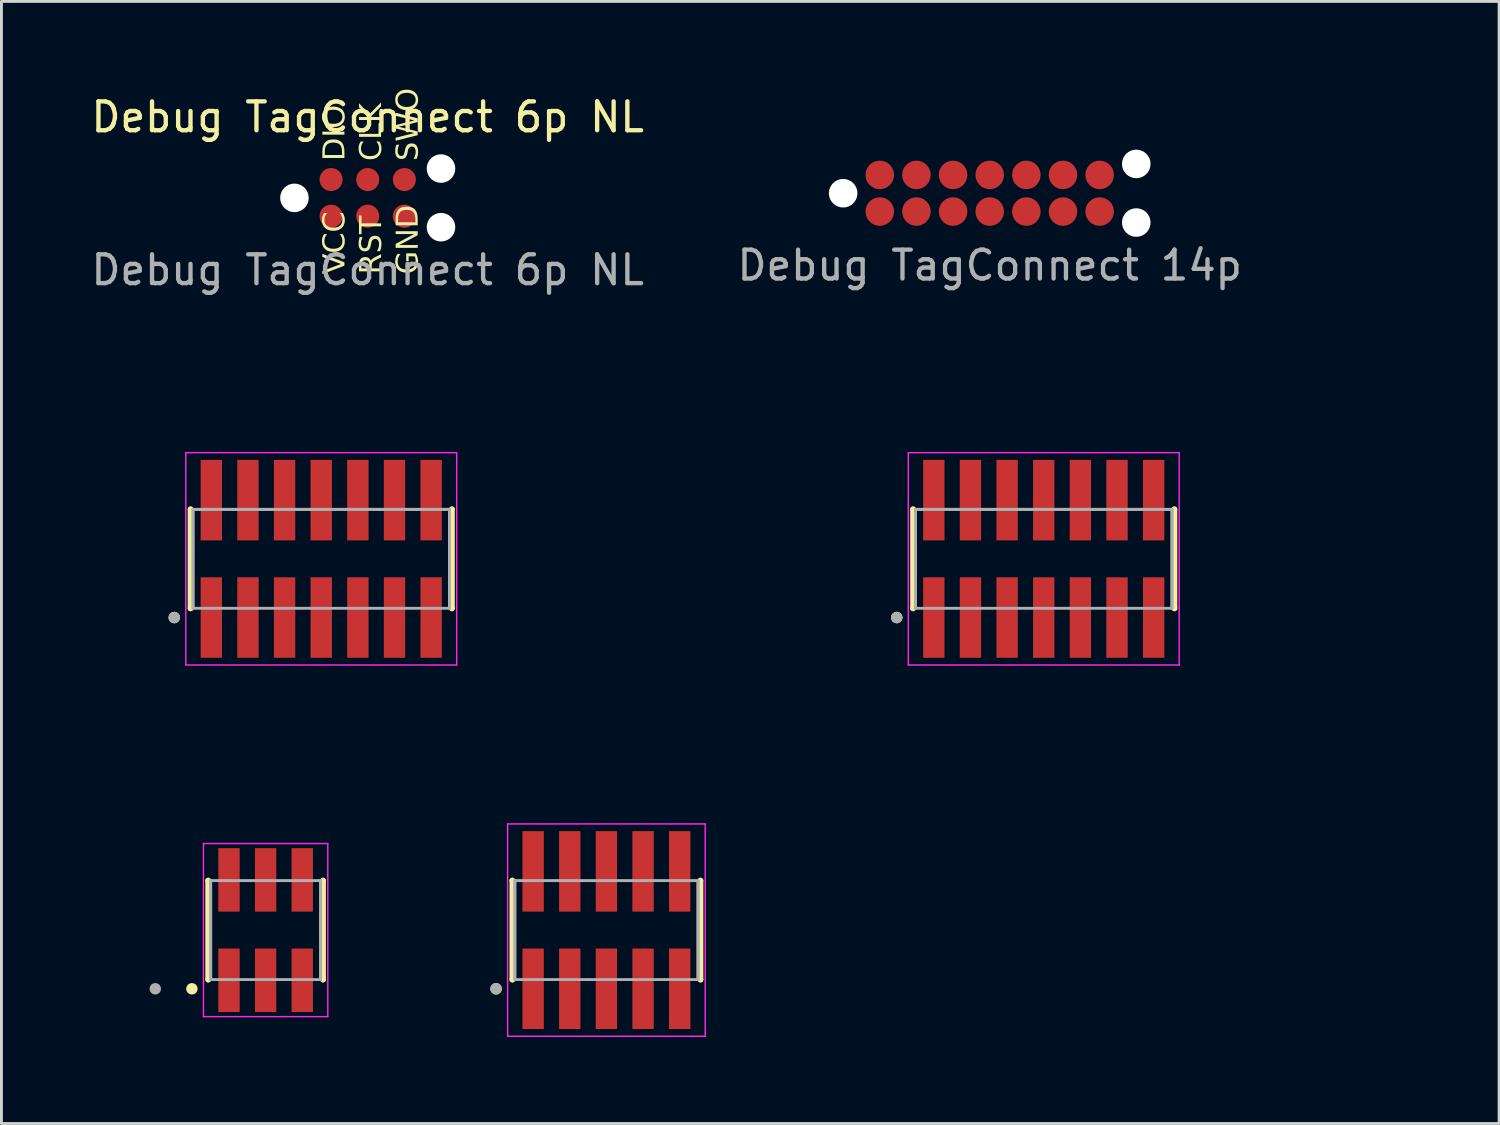
<source format=kicad_pcb>
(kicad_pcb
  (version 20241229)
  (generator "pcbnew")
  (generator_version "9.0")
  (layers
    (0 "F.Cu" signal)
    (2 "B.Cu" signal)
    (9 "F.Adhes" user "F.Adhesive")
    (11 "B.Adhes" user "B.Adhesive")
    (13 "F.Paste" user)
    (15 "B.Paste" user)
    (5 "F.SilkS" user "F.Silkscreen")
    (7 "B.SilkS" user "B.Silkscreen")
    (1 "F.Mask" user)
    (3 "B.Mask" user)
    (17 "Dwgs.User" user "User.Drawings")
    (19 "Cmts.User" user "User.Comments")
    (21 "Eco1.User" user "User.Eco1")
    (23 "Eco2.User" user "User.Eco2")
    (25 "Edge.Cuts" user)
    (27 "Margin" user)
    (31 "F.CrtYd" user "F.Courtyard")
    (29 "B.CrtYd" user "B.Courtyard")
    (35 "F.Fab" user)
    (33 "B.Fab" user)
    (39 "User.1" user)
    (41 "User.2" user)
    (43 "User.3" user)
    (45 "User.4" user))
  (footprint "SAMTEC_FTSH-107-01-L-DV-K-P-TR"
    (layer "F.Cu")
    (at 33.129 16.321)
    (property "Reference" "SAMTEC_FTSH-107-01-L-DV-K-P-TR" (at -2.27 -5.315 0) (layer "User.2") (effects (font (size 1 1) (thickness 0.15))))
    (attr smd)
    (fp_line (start -4.53 -1.715) (end -4.53 -1.715) (stroke (width 0.2) (type solid)) (layer "F.SilkS"))
    (fp_line (start -4.53 1.715) (end -4.53 -1.715) (stroke (width 0.2) (type solid)) (layer "F.SilkS"))
    (fp_line (start -4.53 1.715) (end -4.53 1.715) (stroke (width 0.2) (type solid)) (layer "F.SilkS"))
    (fp_line (start 4.53 -1.715) (end 4.53 -1.715) (stroke (width 0.2) (type solid)) (layer "F.SilkS"))
    (fp_line (start 4.53 -1.715) (end 4.53 1.715) (stroke (width 0.2) (type solid)) (layer "F.SilkS"))
    (fp_line (start 4.53 1.715) (end 4.53 1.715) (stroke (width 0.2) (type solid)) (layer "F.SilkS"))
    (fp_circle (center -5.095 2.035) (end -4.995 2.035) (stroke (width 0.2) (type solid)) (fill no) (layer "F.SilkS"))
    (fp_line (start -4.695 -3.68) (end 4.695 -3.68) (stroke (width 0.05) (type solid)) (layer "F.CrtYd"))
    (fp_line (start -4.695 3.68) (end -4.695 -3.68) (stroke (width 0.05) (type solid)) (layer "F.CrtYd"))
    (fp_line (start 4.695 -3.68) (end 4.695 3.68) (stroke (width 0.05) (type solid)) (layer "F.CrtYd"))
    (fp_line (start 4.695 3.68) (end -4.695 3.68) (stroke (width 0.05) (type solid)) (layer "F.CrtYd"))
    (fp_line (start -4.445 -1.715) (end 4.445 -1.715) (stroke (width 0.1) (type solid)) (layer "F.Fab"))
    (fp_line (start -4.445 -1.715) (end 4.445 -1.715) (stroke (width 0.1) (type solid)) (layer "F.Fab"))
    (fp_line (start -4.445 1.715) (end -4.445 -1.715) (stroke (width 0.1) (type solid)) (layer "F.Fab"))
    (fp_line (start -4.445 1.715) (end -4.445 -1.715) (stroke (width 0.1) (type solid)) (layer "F.Fab"))
    (fp_line (start 4.445 -1.715) (end 4.445 1.715) (stroke (width 0.1) (type solid)) (layer "F.Fab"))
    (fp_line (start 4.445 -1.715) (end 4.445 1.715) (stroke (width 0.1) (type solid)) (layer "F.Fab"))
    (fp_line (start 4.445 1.715) (end -4.445 1.715) (stroke (width 0.1) (type solid)) (layer "F.Fab"))
    (fp_circle (center -5.095 2.035) (end -4.995 2.035) (stroke (width 0.2) (type solid)) (fill no) (layer "F.Fab"))
    (pad "01" smd rect (at -3.81 2.035) (size 0.74 2.79) (layers "F.Cu" "F.Mask" "F.Paste"))
    (pad "02" smd rect (at -3.81 -2.035) (size 0.74 2.79) (layers "F.Cu" "F.Mask" "F.Paste"))
    (pad "03" smd rect (at -2.54 2.035) (size 0.74 2.79) (layers "F.Cu" "F.Mask" "F.Paste"))
    (pad "04" smd rect (at -2.54 -2.035) (size 0.74 2.79) (layers "F.Cu" "F.Mask" "F.Paste"))
    (pad "05" smd rect (at -1.27 2.035) (size 0.74 2.79) (layers "F.Cu" "F.Mask" "F.Paste"))
    (pad "06" smd rect (at -1.27 -2.035) (size 0.74 2.79) (layers "F.Cu" "F.Mask" "F.Paste"))
    (pad "07" smd rect (at 0 2.035) (size 0.74 2.79) (layers "F.Cu" "F.Mask" "F.Paste"))
    (pad "08" smd rect (at 0 -2.035) (size 0.74 2.79) (layers "F.Cu" "F.Mask" "F.Paste"))
    (pad "09" smd rect (at 1.27 2.035) (size 0.74 2.79) (layers "F.Cu" "F.Mask" "F.Paste"))
    (pad "10" smd rect (at 1.27 -2.035) (size 0.74 2.79) (layers "F.Cu" "F.Mask" "F.Paste"))
    (pad "11" smd rect (at 2.54 2.035) (size 0.74 2.79) (layers "F.Cu" "F.Mask" "F.Paste"))
    (pad "12" smd rect (at 2.54 -2.035) (size 0.74 2.79) (layers "F.Cu" "F.Mask" "F.Paste"))
    (pad "13" smd rect (at 3.81 2.035) (size 0.74 2.79) (layers "F.Cu" "F.Mask" "F.Paste"))
    (pad "14" smd rect (at 3.81 -2.035) (size 0.74 2.79) (layers "F.Cu" "F.Mask" "F.Paste")))
  (footprint "STD10 SMD"
    (layer "F.Cu")
    (at 17.97 29.189)
    (property "Reference" "STD10 SMD" (at -2.27 -5.315 0) (layer "User.2") (effects (font (size 1 1) (thickness 0.15))))
    (attr smd)
    (fp_line (start -3.26 -1.715) (end -3.26 -1.715) (stroke (width 0.2) (type solid)) (layer "F.SilkS"))
    (fp_line (start -3.26 1.715) (end -3.26 -1.715) (stroke (width 0.2) (type solid)) (layer "F.SilkS"))
    (fp_line (start -3.26 1.715) (end -3.26 1.715) (stroke (width 0.2) (type solid)) (layer "F.SilkS"))
    (fp_line (start 3.26 -1.715) (end 3.26 -1.715) (stroke (width 0.2) (type solid)) (layer "F.SilkS"))
    (fp_line (start 3.26 -1.715) (end 3.26 1.715) (stroke (width 0.2) (type solid)) (layer "F.SilkS"))
    (fp_line (start 3.26 1.715) (end 3.26 1.715) (stroke (width 0.2) (type solid)) (layer "F.SilkS"))
    (fp_circle (center -3.825 2.035) (end -3.725 2.035) (stroke (width 0.2) (type solid)) (fill no) (layer "F.SilkS"))
    (fp_line (start -3.425 -3.68) (end 3.425 -3.68) (stroke (width 0.05) (type solid)) (layer "F.CrtYd"))
    (fp_line (start -3.425 3.68) (end -3.425 -3.68) (stroke (width 0.05) (type solid)) (layer "F.CrtYd"))
    (fp_line (start 3.425 -3.68) (end 3.425 3.68) (stroke (width 0.05) (type solid)) (layer "F.CrtYd"))
    (fp_line (start 3.425 3.68) (end -3.425 3.68) (stroke (width 0.05) (type solid)) (layer "F.CrtYd"))
    (fp_line (start -3.175 -1.715) (end 3.175 -1.715) (stroke (width 0.1) (type solid)) (layer "F.Fab"))
    (fp_line (start -3.175 1.715) (end -3.175 -1.715) (stroke (width 0.1) (type solid)) (layer "F.Fab"))
    (fp_line (start -3.175 1.715) (end -3.175 -1.715) (stroke (width 0.1) (type solid)) (layer "F.Fab"))
    (fp_line (start 3.175 -1.715) (end 3.175 1.715) (stroke (width 0.1) (type solid)) (layer "F.Fab"))
    (fp_line (start 3.175 -1.715) (end 3.175 1.715) (stroke (width 0.1) (type solid)) (layer "F.Fab"))
    (fp_line (start 3.175 1.715) (end -3.175 1.715) (stroke (width 0.1) (type solid)) (layer "F.Fab"))
    (fp_circle (center -3.825 2.035) (end -3.725 2.035) (stroke (width 0.2) (type solid)) (fill no) (layer "F.Fab"))
    (pad "03" smd rect (at -2.54 2.035) (size 0.74 2.79) (layers "F.Cu" "F.Mask" "F.Paste"))
    (pad "04" smd rect (at -2.54 -2.035) (size 0.74 2.79) (layers "F.Cu" "F.Mask" "F.Paste"))
    (pad "05" smd rect (at -1.27 2.035) (size 0.74 2.79) (layers "F.Cu" "F.Mask" "F.Paste"))
    (pad "06" smd rect (at -1.27 -2.035) (size 0.74 2.79) (layers "F.Cu" "F.Mask" "F.Paste"))
    (pad "07" smd rect (at 0 2.035) (size 0.74 2.79) (layers "F.Cu" "F.Mask" "F.Paste"))
    (pad "08" smd rect (at 0 -2.035) (size 0.74 2.79) (layers "F.Cu" "F.Mask" "F.Paste"))
    (pad "09" smd rect (at 1.27 2.035) (size 0.74 2.79) (layers "F.Cu" "F.Mask" "F.Paste"))
    (pad "10" smd rect (at 1.27 -2.035) (size 0.74 2.79) (layers "F.Cu" "F.Mask" "F.Paste"))
    (pad "11" smd rect (at 2.54 2.035) (size 0.74 2.79) (layers "F.Cu" "F.Mask" "F.Paste"))
    (pad "12" smd rect (at 2.54 -2.035) (size 0.74 2.79) (layers "F.Cu" "F.Mask" "F.Paste")))
  (footprint "STD6 SMD"
    (layer "F.Cu")
    (at 6.157 29.189)
    (property "Reference" "STD6 SMD" (at -2.27 -5.315 0) (layer "User.2") (effects (font (size 1 1) (thickness 0.15))))
    (attr smd)
    (fp_line (start -1.99 -1.715) (end -1.99 -1.715) (stroke (width 0.2) (type solid)) (layer "F.SilkS"))
    (fp_line (start -1.99 1.715) (end -1.99 -1.715) (stroke (width 0.2) (type solid)) (layer "F.SilkS"))
    (fp_line (start -1.99 1.715) (end -1.99 1.715) (stroke (width 0.2) (type solid)) (layer "F.SilkS"))
    (fp_line (start 1.99 -1.715) (end 1.99 -1.715) (stroke (width 0.2) (type solid)) (layer "F.SilkS"))
    (fp_line (start 1.99 -1.715) (end 1.99 1.715) (stroke (width 0.2) (type solid)) (layer "F.SilkS"))
    (fp_line (start 1.99 1.715) (end 1.99 1.715) (stroke (width 0.2) (type solid)) (layer "F.SilkS"))
    (fp_circle (center -2.555 2.035) (end -2.455 2.035) (stroke (width 0.2) (type solid)) (fill no) (layer "F.SilkS"))
    (fp_line (start -2.155 -3) (end 2.155 -3) (stroke (width 0.05) (type solid)) (layer "F.CrtYd"))
    (fp_line (start -2.155 3) (end -2.155 -3) (stroke (width 0.05) (type solid)) (layer "F.CrtYd"))
    (fp_line (start 2.155 -3) (end 2.155 3) (stroke (width 0.05) (type solid)) (layer "F.CrtYd"))
    (fp_line (start 2.155 3) (end -2.155 3) (stroke (width 0.05) (type solid)) (layer "F.CrtYd"))
    (fp_line (start -1.905 -1.715) (end 1.905 -1.715) (stroke (width 0.1) (type solid)) (layer "F.Fab"))
    (fp_line (start -1.905 1.715) (end -1.905 -1.715) (stroke (width 0.1) (type solid)) (layer "F.Fab"))
    (fp_line (start -1.905 1.715) (end -1.905 -1.715) (stroke (width 0.1) (type solid)) (layer "F.Fab"))
    (fp_line (start 1.905 -1.715) (end 1.905 1.715) (stroke (width 0.1) (type solid)) (layer "F.Fab"))
    (fp_line (start 1.905 -1.715) (end 1.905 1.715) (stroke (width 0.1) (type solid)) (layer "F.Fab"))
    (fp_line (start 1.905 1.715) (end -1.905 1.715) (stroke (width 0.1) (type solid)) (layer "F.Fab"))
    (fp_circle (center -3.825 2.035) (end -3.725 2.035) (stroke (width 0.2) (type solid)) (fill no) (layer "F.Fab"))
    (pad "1" smd rect (at -1.27 1.74) (size 0.74 2.2) (layers "F.Cu" "F.Mask" "F.Paste"))
    (pad "2" smd rect (at -1.27 -1.74) (size 0.74 2.2) (layers "F.Cu" "F.Mask" "F.Paste"))
    (pad "3" smd rect (at 0 1.74) (size 0.74 2.2) (layers "F.Cu" "F.Mask" "F.Paste"))
    (pad "4" smd rect (at 0 -1.74) (size 0.74 2.2) (layers "F.Cu" "F.Mask" "F.Paste"))
    (pad "5" smd rect (at 1.27 1.74) (size 0.74 2.2) (layers "F.Cu" "F.Mask" "F.Paste"))
    (pad "6" smd rect (at 1.27 -1.74) (size 0.74 2.2) (layers "F.Cu" "F.Mask" "F.Paste")))
  (footprint "Debug_IDC_14p"
    (layer "F.Cu")
    (at 8.085 16.321)
    (property "Reference" "Debug_IDC_14p" (at -2.27 -5.315 0) (layer "User.2") (effects (font (size 1 1) (thickness 0.15))))
    (attr smd)
    (fp_line (start -4.53 -1.715) (end -4.53 -1.715) (stroke (width 0.2) (type solid)) (layer "F.SilkS"))
    (fp_line (start -4.53 1.715) (end -4.53 -1.715) (stroke (width 0.2) (type solid)) (layer "F.SilkS"))
    (fp_line (start -4.53 1.715) (end -4.53 1.715) (stroke (width 0.2) (type solid)) (layer "F.SilkS"))
    (fp_line (start 4.53 -1.715) (end 4.53 -1.715) (stroke (width 0.2) (type solid)) (layer "F.SilkS"))
    (fp_line (start 4.53 -1.715) (end 4.53 1.715) (stroke (width 0.2) (type solid)) (layer "F.SilkS"))
    (fp_line (start 4.53 1.715) (end 4.53 1.715) (stroke (width 0.2) (type solid)) (layer "F.SilkS"))
    (fp_circle (center -5.095 2.035) (end -4.995 2.035) (stroke (width 0.2) (type solid)) (fill no) (layer "F.SilkS"))
    (fp_line (start -4.695 -3.68) (end 4.695 -3.68) (stroke (width 0.05) (type solid)) (layer "F.CrtYd"))
    (fp_line (start -4.695 3.68) (end -4.695 -3.68) (stroke (width 0.05) (type solid)) (layer "F.CrtYd"))
    (fp_line (start 4.695 -3.68) (end 4.695 3.68) (stroke (width 0.05) (type solid)) (layer "F.CrtYd"))
    (fp_line (start 4.695 3.68) (end -4.695 3.68) (stroke (width 0.05) (type solid)) (layer "F.CrtYd"))
    (fp_line (start -4.445 -1.715) (end 4.445 -1.715) (stroke (width 0.1) (type solid)) (layer "F.Fab"))
    (fp_line (start -4.445 -1.715) (end 4.445 -1.715) (stroke (width 0.1) (type solid)) (layer "F.Fab"))
    (fp_line (start -4.445 1.715) (end -4.445 -1.715) (stroke (width 0.1) (type solid)) (layer "F.Fab"))
    (fp_line (start -4.445 1.715) (end -4.445 -1.715) (stroke (width 0.1) (type solid)) (layer "F.Fab"))
    (fp_line (start 4.445 -1.715) (end 4.445 1.715) (stroke (width 0.1) (type solid)) (layer "F.Fab"))
    (fp_line (start 4.445 -1.715) (end 4.445 1.715) (stroke (width 0.1) (type solid)) (layer "F.Fab"))
    (fp_line (start 4.445 1.715) (end -4.445 1.715) (stroke (width 0.1) (type solid)) (layer "F.Fab"))
    (fp_circle (center -5.095 2.035) (end -4.995 2.035) (stroke (width 0.2) (type solid)) (fill no) (layer "F.Fab"))
    (pad "1" smd rect (at -3.81 2.035) (size 0.74 2.79) (layers "F.Cu" "F.Mask" "F.Paste"))
    (pad "2" smd rect (at -3.81 -2.035) (size 0.74 2.79) (layers "F.Cu" "F.Mask" "F.Paste"))
    (pad "3" smd rect (at -2.54 2.035) (size 0.74 2.79) (layers "F.Cu" "F.Mask" "F.Paste"))
    (pad "4" smd rect (at -2.54 -2.035) (size 0.74 2.79) (layers "F.Cu" "F.Mask" "F.Paste"))
    (pad "5" smd rect (at -1.27 2.035) (size 0.74 2.79) (layers "F.Cu" "F.Mask" "F.Paste"))
    (pad "6" smd rect (at -1.27 -2.035) (size 0.74 2.79) (layers "F.Cu" "F.Mask" "F.Paste"))
    (pad "7" smd rect (at 0 2.035) (size 0.74 2.79) (layers "F.Cu" "F.Mask" "F.Paste"))
    (pad "8" smd rect (at 0 -2.035) (size 0.74 2.79) (layers "F.Cu" "F.Mask" "F.Paste"))
    (pad "9" smd rect (at 1.27 2.035) (size 0.74 2.79) (layers "F.Cu" "F.Mask" "F.Paste"))
    (pad "10" smd rect (at 1.27 -2.035) (size 0.74 2.79) (layers "F.Cu" "F.Mask" "F.Paste"))
    (pad "11" smd rect (at 2.54 2.035) (size 0.74 2.79) (layers "F.Cu" "F.Mask" "F.Paste"))
    (pad "12" smd rect (at 2.54 -2.035) (size 0.74 2.79) (layers "F.Cu" "F.Mask" "F.Paste"))
    (pad "13" smd rect (at 3.81 2.035) (size 0.74 2.79) (layers "F.Cu" "F.Mask" "F.Paste"))
    (pad "14" smd rect (at 3.81 -2.035) (size 0.74 2.79) (layers "F.Cu" "F.Mask" "F.Paste")))
  (footprint "Debug TagConnect 14p"
    (layer "F.Cu")
    (at 31.256 3.648)
    (property "Reference" "Debug TagConnect 14p" (at 0 -2.8 0) (unlocked yes) (layer "User.2") (effects (font (size 1 1) (thickness 0.15))))
    (attr smd)
    (fp_text user "${REFERENCE}" (at 0 2.5 0) (unlocked yes) (layer "F.Fab") (effects (font (size 1 1) (thickness 0.15))))
    (pad "" np_thru_hole circle (at -5.08 0) (size 0.99 0.99) (drill 0.99) (layers "*.Cu" "*.Mask"))
    (pad "" np_thru_hole circle (at 5.08 -1.016) (size 0.99 0.99) (drill 0.99) (layers "*.Cu" "*.Mask"))
    (pad "" np_thru_hole circle (at 5.08 1.016) (size 0.99 0.99) (drill 0.99) (layers "*.Cu" "*.Mask"))
    (pad "1" smd circle (at -3.81 0.635) (size 0.99 0.99) (layers "F.Cu" "F.Mask"))
    (pad "2" smd circle (at -2.54 0.635) (size 0.99 0.99) (layers "F.Cu" "F.Mask"))
    (pad "3" smd circle (at -1.27 0.635) (size 0.99 0.99) (layers "F.Cu" "F.Mask"))
    (pad "4" smd circle (at 0 0.635) (size 0.99 0.99) (layers "F.Cu" "F.Mask"))
    (pad "5" smd circle (at 1.27 0.635) (size 0.99 0.99) (layers "F.Cu" "F.Mask"))
    (pad "6" smd circle (at 2.54 0.635) (size 0.99 0.99) (layers "F.Cu" "F.Mask"))
    (pad "7" smd circle (at 3.81 0.635) (size 0.99 0.99) (layers "F.Cu" "F.Mask"))
    (pad "8" smd circle (at 3.81 -0.635) (size 0.99 0.99) (layers "F.Cu" "F.Mask"))
    (pad "9" smd circle (at 2.54 -0.635) (size 0.99 0.99) (layers "F.Cu" "F.Mask"))
    (pad "10" smd circle (at 1.27 -0.635) (size 0.99 0.99) (layers "F.Cu" "F.Mask"))
    (pad "11" smd circle (at 0 -0.635) (size 0.99 0.99) (layers "F.Cu" "F.Mask"))
    (pad "12" smd circle (at -1.27 -0.635) (size 0.99 0.99) (layers "F.Cu" "F.Mask"))
    (pad "13" smd circle (at -2.54 -0.635) (size 0.99 0.99) (layers "F.Cu" "F.Mask"))
    (pad "14" smd circle (at -3.81 -0.635) (size 0.99 0.99) (layers "F.Cu" "F.Mask")))
  (footprint "Debug TagConnect 6p NL"
    (layer "F.Cu")
    (at 9.696 3.809)
    (property "Reference" "Debug TagConnect 6p NL" (at 0 -2.8 0) (unlocked yes) (layer "F.SilkS") (effects (font (size 1 1) (thickness 0.15))))
    (attr smd)
    (fp_text user "GND" (at 1.86 2.65 90) (unlocked yes) (layer "F.SilkS") (effects (font (face "Agency FB") (size 0.75 0.75) (thickness 0.15)) (justify left bottom)))
    (fp_text user "CLK" (at 0.59 -1.28 90) (unlocked yes) (layer "F.SilkS") (effects (font (face "Agency FB") (size 0.75 0.75) (thickness 0.15)) (justify left bottom)))
    (fp_text user "SWO" (at 1.86 -1.28 90) (unlocked yes) (layer "F.SilkS") (effects (font (face "Agency FB") (size 0.75 0.75) (thickness 0.15)) (justify left bottom)))
    (fp_text user "RST" (at 0.59 2.65 90) (unlocked yes) (layer "F.SilkS") (effects (font (face "Agency FB") (size 0.75 0.75) (thickness 0.15)) (justify left bottom)))
    (fp_text user "DIO" (at -0.68 -1.28 90) (unlocked yes) (layer "F.SilkS") (effects (font (face "Agency FB") (size 0.75 0.75) (thickness 0.15)) (justify left bottom)))
    (fp_text user "VCC" (at -0.68 2.65 90) (unlocked yes) (layer "F.SilkS") (effects (font (face "Agency FB") (size 0.75 0.75) (thickness 0.15)) (justify left bottom)))
    (fp_text user "${REFERENCE}" (at 0 2.5 0) (unlocked yes) (layer "F.Fab") (effects (font (size 1 1) (thickness 0.15))))
    (pad "" np_thru_hole circle (at -2.54 0) (size 0.99 0.99) (drill 0.99) (layers "*.Cu" "*.Mask"))
    (pad "" np_thru_hole circle (at 2.54 -1.016) (size 0.99 0.99) (drill 0.99) (layers "*.Cu" "*.Mask"))
    (pad "" np_thru_hole circle (at 2.54 1.016) (size 0.99 0.99) (drill 0.99) (layers "*.Cu" "*.Mask"))
    (pad "1" smd circle (at -1.27 0.635) (size 0.8 0.8) (layers "F.Cu" "F.Mask"))
    (pad "2" smd circle (at -1.27 -0.635) (size 0.8 0.8) (layers "F.Cu" "F.Mask"))
    (pad "3" smd circle (at 0 0.635) (size 0.8 0.8) (layers "F.Cu" "F.Mask"))
    (pad "4" smd circle (at 0 -0.635) (size 0.8 0.8) (layers "F.Cu" "F.Mask"))
    (pad "5" smd circle (at 1.27 0.635) (size 0.8 0.8) (layers "F.Cu" "F.Mask"))
    (pad "6" smd circle (at 1.27 -0.635) (size 0.8 0.8) (layers "F.Cu" "F.Mask")))
  (gr_rect
    (start -3 -3)
    (end 48.913 35.894)
    (stroke (width 0.1) (type default))
    (fill no)
    (layer "Edge.Cuts")))
</source>
